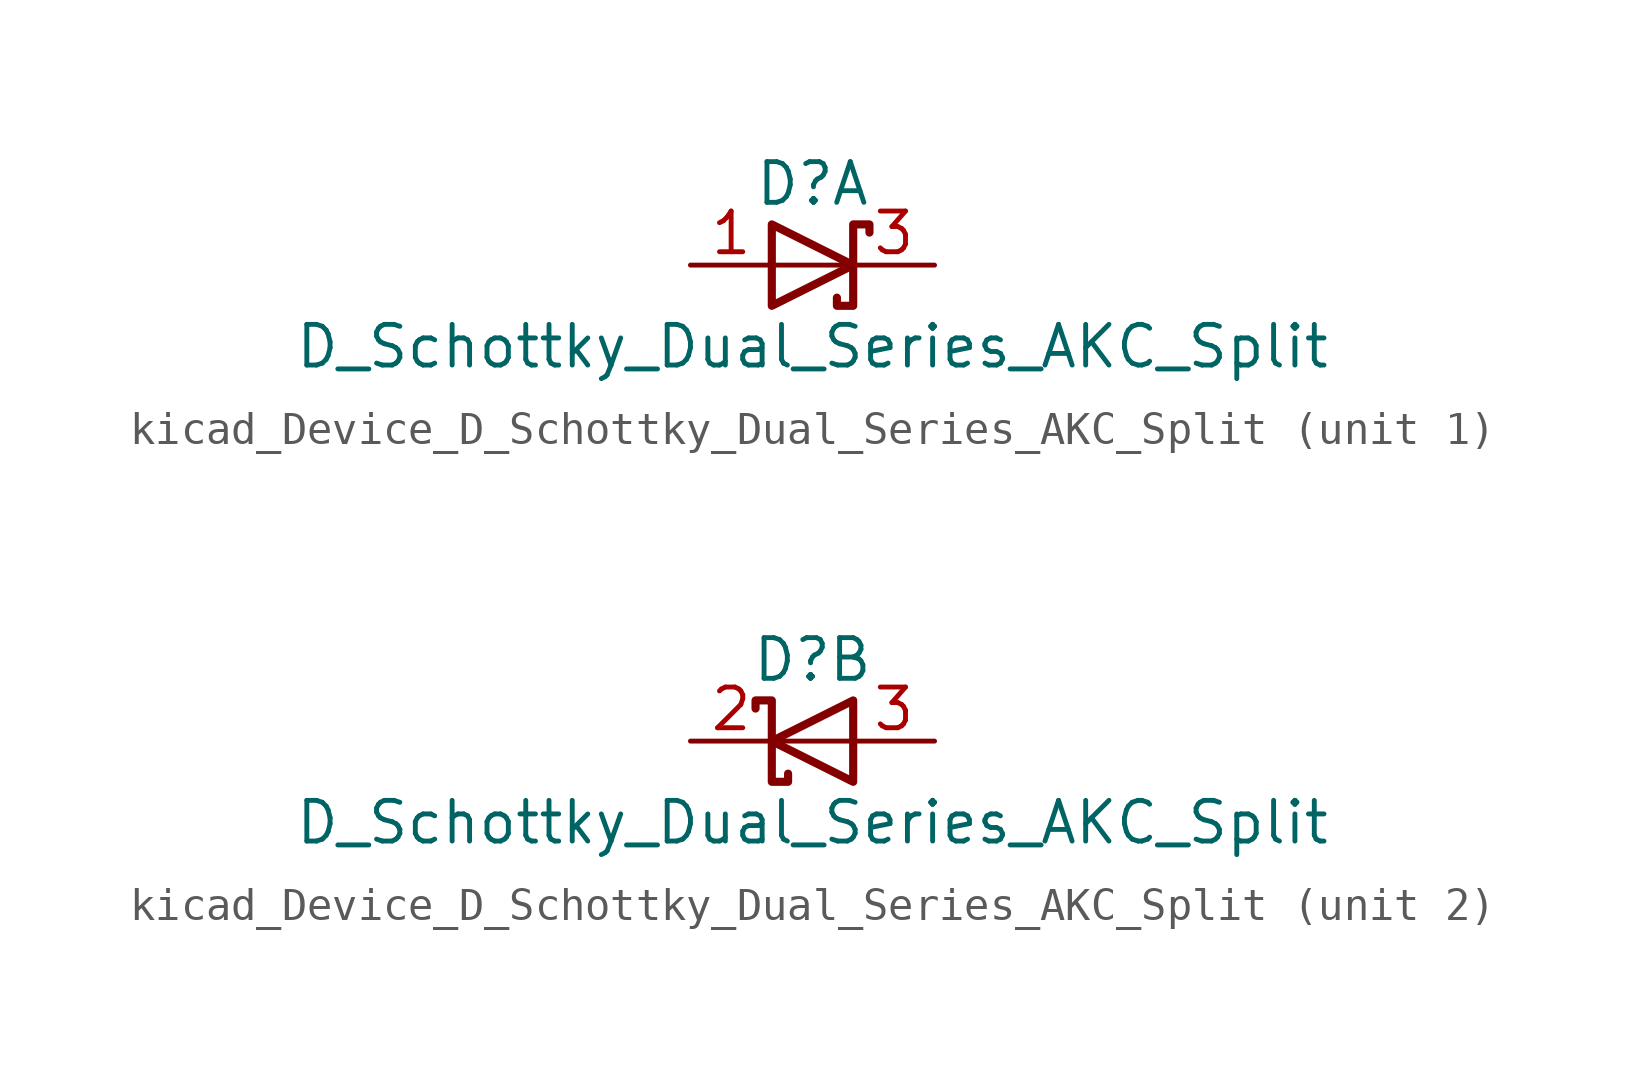
<source format=kicad_sym>
(kicad_symbol_lib
  (version 20220914)
  (generator kicad_symbol_editor)
  (symbol "kicad_Device_D_Schottky_Dual_Series_AKC_Split"
    (pin_names
      (offset 0.762) hide)
    (property "Reference" "D"
      (at 0 2.54 0)
      (effects (font (size 1.27 1.27))))
    (property "Value" "D_Schottky_Dual_Series_AKC_Split"
      (at 0 -2.54 0)
      (effects (font (size 1.27 1.27))))
    (property "ki_locked" ""
      (at 0 0 0)
      (effects (font (size 1.27 1.27))))
    (symbol "kicad_Device_D_Schottky_Dual_Series_AKC_Split_0_1"
      (pin passive line (at 3.81 0 180) (length 2.54) (name "K" (effects (font (size 1.27 1.27)))) (number "3" (effects (font (size 1.27 1.27))))))
    (symbol "kicad_Device_D_Schottky_Dual_Series_AKC_Split_1_1"
      (polyline (pts (xy 1.27 0) (xy -1.27 0)) (stroke (width 0) (type default)) (fill (type none)))
      (polyline (pts (xy -1.27 1.27) (xy 1.27 0) (xy -1.27 -1.27) (xy -1.27 1.27) (xy -1.27 1.27) (xy -1.27 1.27)) (stroke (width 0.254) (type default)) (fill (type none)))
      (polyline (pts (xy 1.778 1.016) (xy 1.778 1.27) (xy 1.27 1.27) (xy 1.27 -1.27) (xy 0.762 -1.27) (xy 0.762 -1.016)) (stroke (width 0.254) (type default)) (fill (type none)))
      (pin passive line (at -3.81 0 0) (length 2.54) (name "A" (effects (font (size 1.27 1.27)))) (number "1" (effects (font (size 1.27 1.27))))))
    (symbol "kicad_Device_D_Schottky_Dual_Series_AKC_Split_2_1"
      (polyline (pts (xy -1.27 0) (xy 1.27 0)) (stroke (width 0) (type default)) (fill (type none)))
      (polyline (pts (xy -1.778 1.016) (xy -1.778 1.27) (xy -1.27 1.27) (xy -1.27 -1.27) (xy -0.762 -1.27) (xy -0.762 -1.016)) (stroke (width 0.254) (type default)) (fill (type none)))
      (polyline (pts (xy 1.27 1.27) (xy -1.27 0) (xy 1.27 -1.27) (xy 1.27 1.27) (xy 1.27 1.27) (xy 1.27 1.27)) (stroke (width 0.254) (type default)) (fill (type none)))
      (pin passive line (at -3.81 0 0) (length 2.54) (name "K" (effects (font (size 1.27 1.27)))) (number "2" (effects (font (size 1.27 1.27))))))))
</source>
